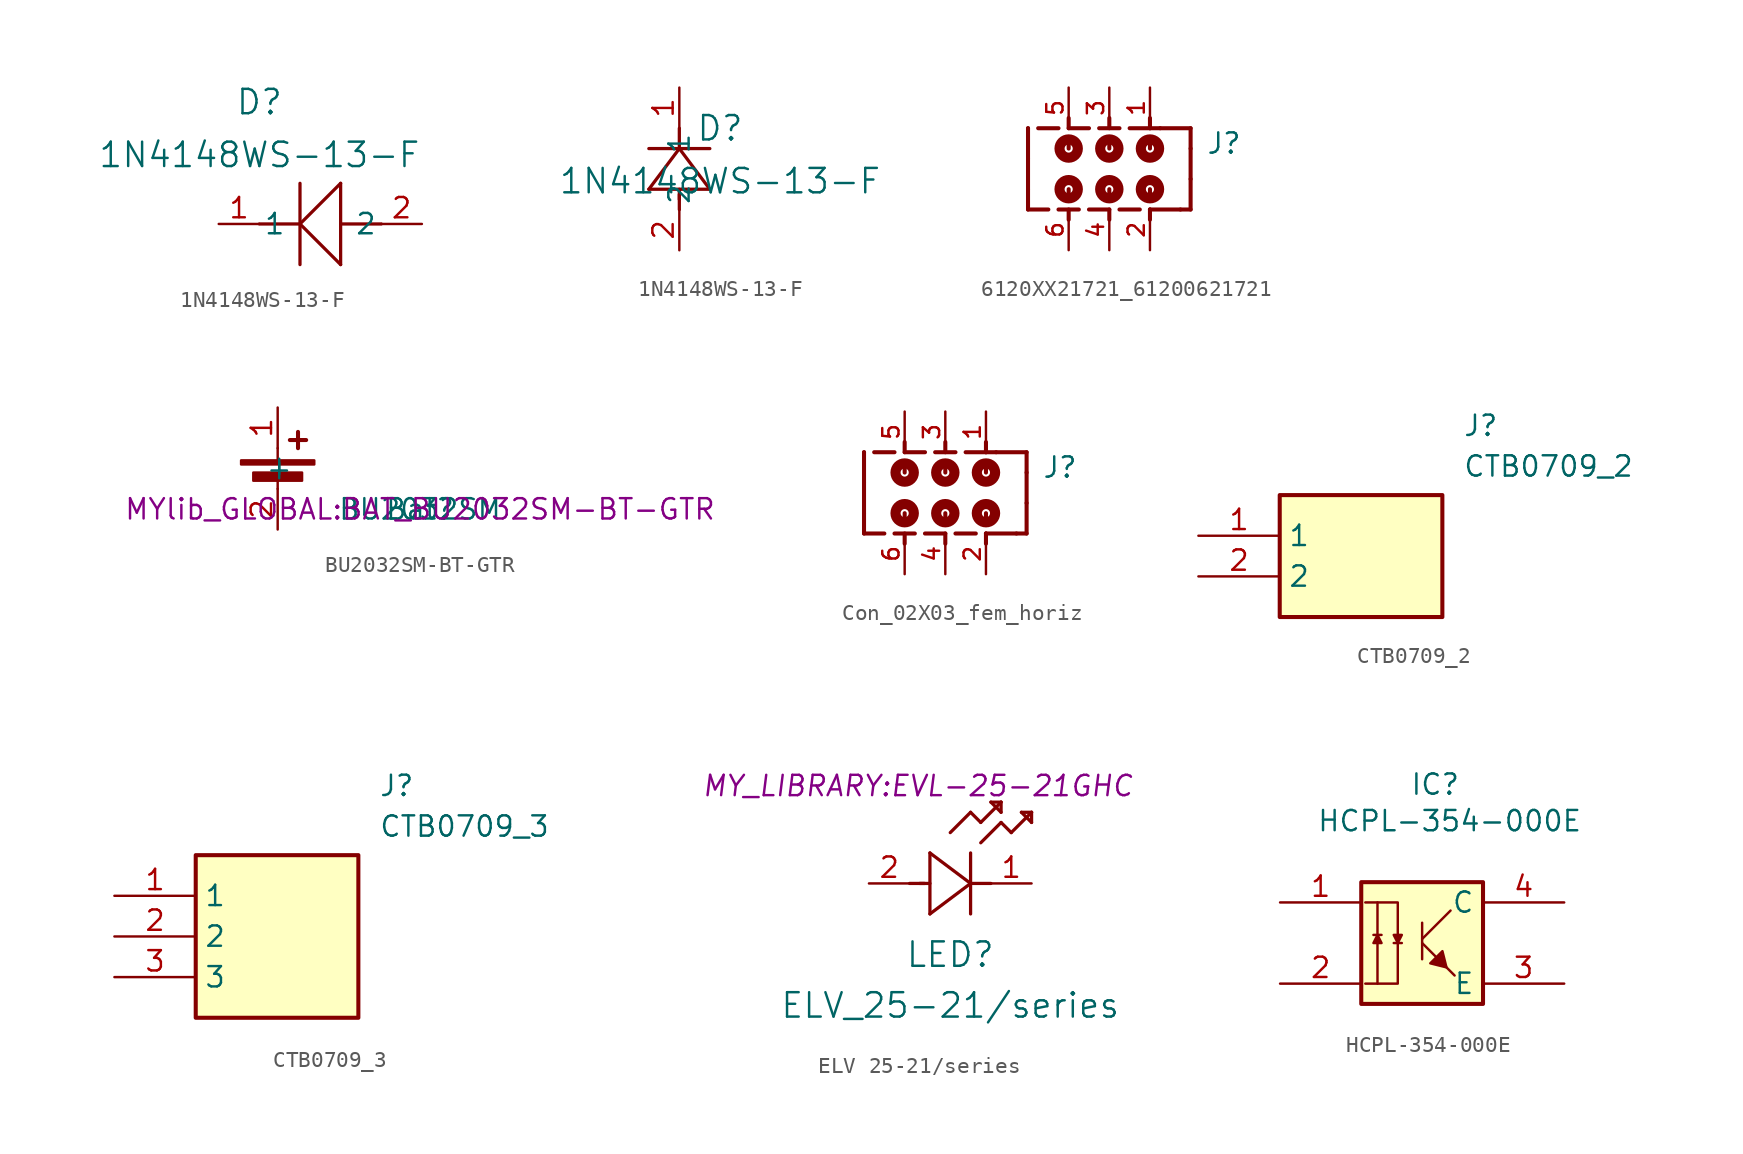
<source format=kicad_sym>
(kicad_symbol_lib
  (version 20241209)
  (generator "kicad_symbol_editor")
  (generator_version "9.0")
  (symbol "1N4148WS-13-F"
    (pin_names
      (offset 0.254))
    (property "Reference" "D"
      (at 2.54 7.62 0)
      (effects (font (size 1.524 1.524))))
    (property "Value" "1N4148WS-13-F"
      (at 2.54 4.318 0)
      (effects (font (size 1.524 1.524))))
    (symbol "1N4148WS-13-F_1_1"
      (polyline (pts (xy 2.54 0) (xy 5.08 0)) (stroke (width 0.203) (type default)) (fill (type none)))
      (polyline (pts (xy 5.08 2.54) (xy 5.08 -2.54)) (stroke (width 0.203) (type default)) (fill (type none)))
      (polyline (pts (xy 5.08 0) (xy 7.62 -2.54)) (stroke (width 0.203) (type default)) (fill (type none)))
      (polyline (pts (xy 7.62 2.54) (xy 5.08 0)) (stroke (width 0.203) (type default)) (fill (type none)))
      (polyline (pts (xy 7.62 0) (xy 10.16 0)) (stroke (width 0.203) (type default)) (fill (type none)))
      (polyline (pts (xy 7.62 -2.54) (xy 7.62 2.54)) (stroke (width 0.203) (type default)) (fill (type none)))
      (pin unspecified line (at 0 0 0) (length 2.54) (name "1" (effects (font (size 1.27 1.27)))) (number "1" (effects (font (size 1.27 1.27)))))
      (pin unspecified line (at 12.7 0 180) (length 2.54) (name "2" (effects (font (size 1.27 1.27)))) (number "2" (effects (font (size 1.27 1.27))))))
    (symbol "1N4148WS-13-F_1_2"
      (polyline (pts (xy -1.905 3.81) (xy 1.905 3.81)) (stroke (width 0.203) (type default)) (fill (type none)))
      (polyline (pts (xy 0 6.35) (xy -1.905 3.81)) (stroke (width 0.203) (type default)) (fill (type none)))
      (polyline (pts (xy 0 6.35) (xy 0 7.62)) (stroke (width 0.203) (type default)) (fill (type none)))
      (polyline (pts (xy 0 3.175) (xy 0 3.81)) (stroke (width 0.203) (type default)) (fill (type none)))
      (polyline (pts (xy 0 2.54) (xy 0 3.48)) (stroke (width 0.203) (type default)) (fill (type none)))
      (polyline (pts (xy 1.905 6.35) (xy -1.905 6.35)) (stroke (width 0.203) (type default)) (fill (type none)))
      (polyline (pts (xy 1.905 3.81) (xy 0 6.35)) (stroke (width 0.203) (type default)) (fill (type none)))
      (pin unspecified line (at 0 10.16 270) (length 2.54) (name "1" (effects (font (size 1.27 1.27)))) (number "1" (effects (font (size 1.27 1.27)))))
      (pin unspecified line (at 0 0 90) (length 2.54) (name "2" (effects (font (size 1.27 1.27)))) (number "2" (effects (font (size 1.27 1.27)))))))
  (symbol "6120XX21721_61200621721"
    (pin_names
      (offset 1.016))
    (property "Reference" "J"
      (at 6.04 0.85 0)
      (effects (font (size 1.27 1.27)) (justify left bottom)))
    (symbol "6120XX21721_61200621721_0_0"
      (polyline (pts (xy -5.08 2.54) (xy -5.08 2.54)) (stroke (width 0.254) (type default)) (fill (type none)))
      (polyline (pts (xy -5.08 2.54) (xy -5.08 0.635)) (stroke (width 0.254) (type default)) (fill (type none)))
      (polyline (pts (xy -5.08 0.635) (xy -5.08 -1.27)) (stroke (width 0.254) (type default)) (fill (type none)))
      (polyline (pts (xy -5.08 -1.27) (xy -5.08 -2.54)) (stroke (width 0.254) (type default)) (fill (type none)))
      (polyline (pts (xy -5.08 -2.54) (xy -3.81 -2.54)) (stroke (width 0.254) (type default)) (fill (type none)))
      (polyline (pts (xy -3.175 2.54) (xy -4.445 2.54)) (stroke (width 0.254) (type default)) (fill (type none)))
      (polyline (pts (xy -3.175 -2.54) (xy -1.905 -2.54)) (stroke (width 0.254) (type default)) (fill (type none)))
      (polyline (pts (xy -2.54 3.175) (xy -2.54 2.54)) (stroke (width 0.254) (type default)) (fill (type none)))
      (circle (center -2.54 1.27) (radius 0.254) (stroke (width 0.635) (type default)) (fill (type none)))
      (polyline (pts (xy -2.54 1.27) (xy -2.54 1.905)) (stroke (width 0.254) (type default)) (fill (type none)))
      (circle (center -2.54 -1.27) (radius 0.254) (stroke (width 0.635) (type default)) (fill (type none)))
      (polyline (pts (xy -2.54 -1.27) (xy -2.54 -1.905)) (stroke (width 0.254) (type default)) (fill (type none)))
      (polyline (pts (xy -2.54 -3.175) (xy -2.54 -2.54)) (stroke (width 0.254) (type default)) (fill (type none)))
      (polyline (pts (xy -1.27 2.54) (xy -2.54 2.54)) (stroke (width 0.254) (type default)) (fill (type none)))
      (polyline (pts (xy -1.27 -2.54) (xy 0 -2.54)) (stroke (width 0.254) (type default)) (fill (type none)))
      (polyline (pts (xy 0 3.175) (xy 0 2.54)) (stroke (width 0.254) (type default)) (fill (type none)))
      (circle (center 0 1.27) (radius 0.254) (stroke (width 0.635) (type default)) (fill (type none)))
      (polyline (pts (xy 0 1.27) (xy 0 1.905)) (stroke (width 0.254) (type default)) (fill (type none)))
      (polyline (pts (xy 0 -1.27) (xy 0 -1.905)) (stroke (width 0.254) (type default)) (fill (type none)))
      (circle (center 0 -1.27) (radius 0.254) (stroke (width 0.635) (type default)) (fill (type none)))
      (polyline (pts (xy 0 -3.175) (xy 0 -2.54)) (stroke (width 0.254) (type default)) (fill (type none)))
      (polyline (pts (xy 0.635 2.54) (xy -0.635 2.54)) (stroke (width 0.254) (type default)) (fill (type none)))
      (polyline (pts (xy 0.635 -2.54) (xy 1.905 -2.54)) (stroke (width 0.254) (type default)) (fill (type none)))
      (polyline (pts (xy 2.54 3.175) (xy 2.54 2.54)) (stroke (width 0.254) (type default)) (fill (type none)))
      (polyline (pts (xy 2.54 2.54) (xy 1.27 2.54)) (stroke (width 0.254) (type default)) (fill (type none)))
      (polyline (pts (xy 2.54 1.27) (xy 2.54 1.905)) (stroke (width 0.254) (type default)) (fill (type none)))
      (circle (center 2.54 1.27) (radius 0.254) (stroke (width 0.635) (type default)) (fill (type none)))
      (polyline (pts (xy 2.54 -1.27) (xy 2.54 -1.905)) (stroke (width 0.254) (type default)) (fill (type none)))
      (circle (center 2.54 -1.27) (radius 0.254) (stroke (width 0.635) (type default)) (fill (type none)))
      (polyline (pts (xy 2.54 -2.54) (xy 2.54 -2.54)) (stroke (width 0.254) (type default)) (fill (type none)))
      (polyline (pts (xy 2.54 -2.54) (xy 4.445 -2.54)) (stroke (width 0.254) (type default)) (fill (type none)))
      (polyline (pts (xy 2.54 -3.175) (xy 2.54 -2.54)) (stroke (width 0.254) (type default)) (fill (type none)))
      (polyline (pts (xy 3.175 2.54) (xy 2.54 2.54)) (stroke (width 0.254) (type default)) (fill (type none)))
      (polyline (pts (xy 4.445 -2.54) (xy 5.08 -2.54)) (stroke (width 0.254) (type default)) (fill (type none)))
      (polyline (pts (xy 5.08 2.54) (xy 3.175 2.54)) (stroke (width 0.254) (type default)) (fill (type none)))
      (polyline (pts (xy 5.08 1.27) (xy 5.08 2.54)) (stroke (width 0.254) (type default)) (fill (type none)))
      (polyline (pts (xy 5.08 -0.635) (xy 5.08 1.27)) (stroke (width 0.254) (type default)) (fill (type none)))
      (polyline (pts (xy 5.08 -2.54) (xy 5.08 -0.635)) (stroke (width 0.254) (type default)) (fill (type none)))
      (pin passive line (at -2.54 5.08 270) (length 2.54) (name "~" (effects (font (size 1.016 1.016)))) (number "5" (effects (font (size 1.016 1.016)))))
      (pin passive line (at -2.54 -5.08 90) (length 2.54) (name "~" (effects (font (size 1.016 1.016)))) (number "6" (effects (font (size 1.016 1.016)))))
      (pin passive line (at 0 5.08 270) (length 2.54) (name "~" (effects (font (size 1.016 1.016)))) (number "3" (effects (font (size 1.016 1.016)))))
      (pin passive line (at 0 -5.08 90) (length 2.54) (name "~" (effects (font (size 1.016 1.016)))) (number "4" (effects (font (size 1.016 1.016)))))
      (pin passive line (at 2.54 5.08 270) (length 2.54) (name "~" (effects (font (size 1.016 1.016)))) (number "1" (effects (font (size 1.016 1.016)))))
      (pin passive line (at 2.54 -5.08 90) (length 2.54) (name "~" (effects (font (size 1.016 1.016)))) (number "2" (effects (font (size 1.016 1.016)))))))
  (symbol "BU2032SM-BT-GTR"
    (property "Reference" "Bat"
      (at 0 0 0)
      (effects (font (size 1.27 1.27))))
    (property "Value" "BU2032SM"
      (at 0 0 0)
      (effects (font (size 1.27 1.27))))
    (property "Footprint" "MYlib_GLOBAL:BAT_BU2032SM-BT-GTR"
      (at 0 0 0)
      (effects (font (size 1.27 1.27))))
    (symbol "BU2032SM-BT-GTR_0_1"
      (rectangle (start -11.176 3.048) (end -6.604 2.794) (stroke (width 0) (type default)) (fill (type outline)))
      (rectangle (start -10.414 2.286) (end -7.366 1.778) (stroke (width 0) (type default)) (fill (type outline)))
      (polyline (pts (xy -8.89 3.048) (xy -8.89 3.81)) (stroke (width 0) (type default)) (fill (type none)))
      (polyline (pts (xy -8.89 2.032) (xy -8.89 1.27)) (stroke (width 0) (type default)) (fill (type none)))
      (polyline (pts (xy -8.128 4.318) (xy -7.112 4.318)) (stroke (width 0.254) (type default)) (fill (type none)))
      (polyline (pts (xy -7.62 4.826) (xy -7.62 3.81)) (stroke (width 0.254) (type default)) (fill (type none))))
    (symbol "BU2032SM-BT-GTR_1_1"
      (pin passive line (at -8.89 6.35 270) (length 2.54) (name "+" (effects (font (size 1.27 1.27)))) (number "1" (effects (font (size 1.27 1.27)))))
      (pin passive line (at -8.89 -1.27 90) (length 2.54) (name "-" (effects (font (size 1.27 1.27)))) (number "2" (effects (font (size 1.27 1.27)))))))
  (symbol "Con_02X03_fem_horiz"
    (pin_names
      (offset 1.016))
    (property "Reference" "J"
      (at 6.04 0.85 0)
      (effects (font (size 1.27 1.27)) (justify left bottom)))
    (symbol "Con_02X03_fem_horiz_0_0"
      (polyline (pts (xy -5.08 2.54) (xy -5.08 2.54)) (stroke (width 0.254) (type default)) (fill (type none)))
      (polyline (pts (xy -5.08 2.54) (xy -5.08 0.635)) (stroke (width 0.254) (type default)) (fill (type none)))
      (polyline (pts (xy -5.08 0.635) (xy -5.08 -1.27)) (stroke (width 0.254) (type default)) (fill (type none)))
      (polyline (pts (xy -5.08 -1.27) (xy -5.08 -2.54)) (stroke (width 0.254) (type default)) (fill (type none)))
      (polyline (pts (xy -5.08 -2.54) (xy -3.81 -2.54)) (stroke (width 0.254) (type default)) (fill (type none)))
      (polyline (pts (xy -3.175 2.54) (xy -4.445 2.54)) (stroke (width 0.254) (type default)) (fill (type none)))
      (polyline (pts (xy -3.175 -2.54) (xy -1.905 -2.54)) (stroke (width 0.254) (type default)) (fill (type none)))
      (polyline (pts (xy -2.54 3.175) (xy -2.54 2.54)) (stroke (width 0.254) (type default)) (fill (type none)))
      (circle (center -2.54 1.27) (radius 0.254) (stroke (width 0.635) (type default)) (fill (type none)))
      (polyline (pts (xy -2.54 1.27) (xy -2.54 1.905)) (stroke (width 0.254) (type default)) (fill (type none)))
      (circle (center -2.54 -1.27) (radius 0.254) (stroke (width 0.635) (type default)) (fill (type none)))
      (polyline (pts (xy -2.54 -1.27) (xy -2.54 -1.905)) (stroke (width 0.254) (type default)) (fill (type none)))
      (polyline (pts (xy -2.54 -3.175) (xy -2.54 -2.54)) (stroke (width 0.254) (type default)) (fill (type none)))
      (polyline (pts (xy -1.27 2.54) (xy -2.54 2.54)) (stroke (width 0.254) (type default)) (fill (type none)))
      (polyline (pts (xy -1.27 -2.54) (xy 0 -2.54)) (stroke (width 0.254) (type default)) (fill (type none)))
      (polyline (pts (xy 0 3.175) (xy 0 2.54)) (stroke (width 0.254) (type default)) (fill (type none)))
      (circle (center 0 1.27) (radius 0.254) (stroke (width 0.635) (type default)) (fill (type none)))
      (polyline (pts (xy 0 1.27) (xy 0 1.905)) (stroke (width 0.254) (type default)) (fill (type none)))
      (polyline (pts (xy 0 -1.27) (xy 0 -1.905)) (stroke (width 0.254) (type default)) (fill (type none)))
      (circle (center 0 -1.27) (radius 0.254) (stroke (width 0.635) (type default)) (fill (type none)))
      (polyline (pts (xy 0 -3.175) (xy 0 -2.54)) (stroke (width 0.254) (type default)) (fill (type none)))
      (polyline (pts (xy 0.635 2.54) (xy -0.635 2.54)) (stroke (width 0.254) (type default)) (fill (type none)))
      (polyline (pts (xy 0.635 -2.54) (xy 1.905 -2.54)) (stroke (width 0.254) (type default)) (fill (type none)))
      (polyline (pts (xy 2.54 3.175) (xy 2.54 2.54)) (stroke (width 0.254) (type default)) (fill (type none)))
      (polyline (pts (xy 2.54 2.54) (xy 1.27 2.54)) (stroke (width 0.254) (type default)) (fill (type none)))
      (polyline (pts (xy 2.54 1.27) (xy 2.54 1.905)) (stroke (width 0.254) (type default)) (fill (type none)))
      (circle (center 2.54 1.27) (radius 0.254) (stroke (width 0.635) (type default)) (fill (type none)))
      (polyline (pts (xy 2.54 -1.27) (xy 2.54 -1.905)) (stroke (width 0.254) (type default)) (fill (type none)))
      (circle (center 2.54 -1.27) (radius 0.254) (stroke (width 0.635) (type default)) (fill (type none)))
      (polyline (pts (xy 2.54 -2.54) (xy 2.54 -2.54)) (stroke (width 0.254) (type default)) (fill (type none)))
      (polyline (pts (xy 2.54 -2.54) (xy 4.445 -2.54)) (stroke (width 0.254) (type default)) (fill (type none)))
      (polyline (pts (xy 2.54 -3.175) (xy 2.54 -2.54)) (stroke (width 0.254) (type default)) (fill (type none)))
      (polyline (pts (xy 3.175 2.54) (xy 2.54 2.54)) (stroke (width 0.254) (type default)) (fill (type none)))
      (polyline (pts (xy 4.445 -2.54) (xy 5.08 -2.54)) (stroke (width 0.254) (type default)) (fill (type none)))
      (polyline (pts (xy 5.08 2.54) (xy 3.175 2.54)) (stroke (width 0.254) (type default)) (fill (type none)))
      (polyline (pts (xy 5.08 1.27) (xy 5.08 2.54)) (stroke (width 0.254) (type default)) (fill (type none)))
      (polyline (pts (xy 5.08 -0.635) (xy 5.08 1.27)) (stroke (width 0.254) (type default)) (fill (type none)))
      (polyline (pts (xy 5.08 -2.54) (xy 5.08 -0.635)) (stroke (width 0.254) (type default)) (fill (type none)))
      (pin passive line (at -2.54 5.08 270) (length 2.54) (name "~" (effects (font (size 1.016 1.016)))) (number "5" (effects (font (size 1.016 1.016)))))
      (pin passive line (at -2.54 -5.08 90) (length 2.54) (name "~" (effects (font (size 1.016 1.016)))) (number "6" (effects (font (size 1.016 1.016)))))
      (pin passive line (at 0 5.08 270) (length 2.54) (name "~" (effects (font (size 1.016 1.016)))) (number "3" (effects (font (size 1.016 1.016)))))
      (pin passive line (at 0 -5.08 90) (length 2.54) (name "~" (effects (font (size 1.016 1.016)))) (number "4" (effects (font (size 1.016 1.016)))))
      (pin passive line (at 2.54 5.08 270) (length 2.54) (name "~" (effects (font (size 1.016 1.016)))) (number "1" (effects (font (size 1.016 1.016)))))
      (pin passive line (at 2.54 -5.08 90) (length 2.54) (name "~" (effects (font (size 1.016 1.016)))) (number "2" (effects (font (size 1.016 1.016)))))))
  (symbol "CTB0709_2"
    (property "Reference" "J"
      (at 16.51 7.62 0)
      (effects (font (size 1.27 1.27)) (justify left top)))
    (property "Value" "CTB0709_2"
      (at 16.51 5.08 0)
      (effects (font (size 1.27 1.27)) (justify left top)))
    (symbol "CTB0709_2_1_1"
      (rectangle (start 5.08 2.54) (end 15.24 -5.08) (stroke (width 0.254) (type default)) (fill (type background)))
      (pin passive line (at 0 0 0) (length 5.08) (name "1" (effects (font (size 1.27 1.27)))) (number "1" (effects (font (size 1.27 1.27)))))
      (pin passive line (at 0 -2.54 0) (length 5.08) (name "2" (effects (font (size 1.27 1.27)))) (number "2" (effects (font (size 1.27 1.27)))))))
  (symbol "CTB0709_3"
    (property "Reference" "J"
      (at 16.51 7.62 0)
      (effects (font (size 1.27 1.27)) (justify left top)))
    (property "Value" "CTB0709_3"
      (at 16.51 5.08 0)
      (effects (font (size 1.27 1.27)) (justify left top)))
    (symbol "CTB0709_3_1_1"
      (rectangle (start 5.08 2.54) (end 15.24 -7.62) (stroke (width 0.254) (type default)) (fill (type background)))
      (pin passive line (at 0 0 0) (length 5.08) (name "1" (effects (font (size 1.27 1.27)))) (number "1" (effects (font (size 1.27 1.27)))))
      (pin passive line (at 0 -2.54 0) (length 5.08) (name "2" (effects (font (size 1.27 1.27)))) (number "2" (effects (font (size 1.27 1.27)))))
      (pin passive line (at 0 -5.08 0) (length 5.08) (name "3" (effects (font (size 1.27 1.27)))) (number "3" (effects (font (size 1.27 1.27)))))))
  (symbol "ELV 25-21/series"
    (pin_names
      (offset 0.254))
    (property "Reference" "LED"
      (at 5.08 -4.445 0)
      (effects (font (size 1.524 1.524))))
    (property "Value" "ELV_25-21/series"
      (at 5.08 -7.62 0)
      (effects (font (size 1.524 1.524))))
    (property "Footprint" "MY_LIBRARY:EVL-25-21GHC"
      (at 3.048 6.096 0)
      (effects (font (size 1.27 1.27) (italic yes))))
    (symbol "ELV 25-21/series_0_1"
      (polyline (pts (xy 2.54 0) (xy 3.48 0)) (stroke (width 0.203) (type default)) (fill (type none)))
      (polyline (pts (xy 3.175 0) (xy 3.81 0)) (stroke (width 0.203) (type default)) (fill (type none)))
      (polyline (pts (xy 3.81 1.905) (xy 3.81 -1.905)) (stroke (width 0.203) (type default)) (fill (type none)))
      (polyline (pts (xy 3.81 -1.905) (xy 6.35 0)) (stroke (width 0.203) (type default)) (fill (type none)))
      (polyline (pts (xy 5.08 3.175) (xy 6.35 4.445)) (stroke (width 0.203) (type default)) (fill (type none)))
      (polyline (pts (xy 6.35 4.445) (xy 6.985 3.81)) (stroke (width 0.203) (type default)) (fill (type none)))
      (polyline (pts (xy 6.35 0) (xy 3.81 1.905)) (stroke (width 0.203) (type default)) (fill (type none)))
      (polyline (pts (xy 6.35 0) (xy 7.62 0)) (stroke (width 0.203) (type default)) (fill (type none)))
      (polyline (pts (xy 6.35 -1.905) (xy 6.35 1.905)) (stroke (width 0.203) (type default)) (fill (type none)))
      (polyline (pts (xy 6.985 3.81) (xy 8.255 5.08)) (stroke (width 0.203) (type default)) (fill (type none)))
      (polyline (pts (xy 6.985 2.54) (xy 8.255 3.81)) (stroke (width 0.203) (type default)) (fill (type none)))
      (polyline (pts (xy 7.62 5.08) (xy 8.255 4.445)) (stroke (width 0.203) (type default)) (fill (type none)))
      (polyline (pts (xy 8.255 5.08) (xy 7.62 5.08)) (stroke (width 0.203) (type default)) (fill (type none)))
      (polyline (pts (xy 8.255 4.445) (xy 8.255 5.08)) (stroke (width 0.203) (type default)) (fill (type none)))
      (polyline (pts (xy 8.255 3.81) (xy 8.89 3.175)) (stroke (width 0.203) (type default)) (fill (type none)))
      (polyline (pts (xy 8.89 3.175) (xy 10.16 4.445)) (stroke (width 0.203) (type default)) (fill (type none)))
      (polyline (pts (xy 9.525 4.445) (xy 10.16 3.81)) (stroke (width 0.203) (type default)) (fill (type none)))
      (polyline (pts (xy 10.16 4.445) (xy 9.525 4.445)) (stroke (width 0.203) (type default)) (fill (type none)))
      (polyline (pts (xy 10.16 3.81) (xy 10.16 4.445)) (stroke (width 0.203) (type default)) (fill (type none)))
      (pin unspecified line (at 0 0 0) (length 2.54) (name "" (effects (font (size 1.27 1.27)))) (number "2" (effects (font (size 1.27 1.27)))))
      (pin unspecified line (at 10.16 0 180) (length 2.54) (name "" (effects (font (size 1.27 1.27)))) (number "1" (effects (font (size 1.27 1.27)))))))
  (symbol "HCPL-354-000E"
    (property "Reference" "IC"
      (at 8.128 9.398 0)
      (effects (font (size 1.27 1.27)) (justify left top)))
    (property "Value" "HCPL-354-000E"
      (at 2.286 7.112 0)
      (effects (font (size 1.27 1.27)) (justify left top)))
    (symbol "HCPL-354-000E_1_1"
      (rectangle (start 5.08 2.54) (end 12.7 -5.08) (stroke (width 0.254) (type default)) (fill (type background)))
      (polyline (pts (xy 5.334 1.27) (xy 7.366 1.27) (xy 7.366 -0.508) (xy 7.366 -3.81) (xy 5.334 -3.81)) (stroke (width 0) (type default)) (fill (type none)))
      (polyline (pts (xy 5.842 -0.762) (xy 6.35 -0.762)) (stroke (width 0) (type default)) (fill (type none)))
      (polyline (pts (xy 5.842 -1.27) (xy 6.096 -0.762) (xy 6.35 -1.27) (xy 5.842 -1.27)) (stroke (width 0) (type default)) (fill (type outline)))
      (polyline (pts (xy 6.096 1.27) (xy 6.096 -3.81)) (stroke (width 0) (type default)) (fill (type none)))
      (polyline (pts (xy 7.62 -0.762) (xy 7.366 -1.27) (xy 7.112 -0.762) (xy 7.62 -0.762)) (stroke (width 0) (type default)) (fill (type outline)))
      (polyline (pts (xy 7.62 -1.27) (xy 7.112 -1.27)) (stroke (width 0) (type default)) (fill (type none)))
      (polyline (pts (xy 8.89 0) (xy 8.89 -2.286)) (stroke (width 0) (type default)) (fill (type none)))
      (polyline (pts (xy 8.89 -1.016) (xy 10.668 0.762)) (stroke (width 0) (type default)) (fill (type none)))
      (polyline (pts (xy 8.89 -1.27) (xy 10.922 -3.302)) (stroke (width 0) (type default)) (fill (type none)))
      (polyline (pts (xy 10.16 -1.778) (xy 10.414 -2.794) (xy 9.398 -2.54) (xy 10.16 -1.778)) (stroke (width 0) (type default)) (fill (type outline)))
      (pin passive line (at 0 1.27 0) (length 5.08) (name "" (effects (font (size 1.27 1.27)))) (number "1" (effects (font (size 1.27 1.27)))))
      (pin passive line (at 0 -3.81 0) (length 5.08) (name "" (effects (font (size 1.27 1.27)))) (number "2" (effects (font (size 1.27 1.27)))))
      (pin passive line (at 17.78 1.27 180) (length 5.08) (name "C" (effects (font (size 1.27 1.27)))) (number "4" (effects (font (size 1.27 1.27)))))
      (pin passive line (at 17.78 -3.81 180) (length 5.08) (name "E" (effects (font (size 1.27 1.27)))) (number "3" (effects (font (size 1.27 1.27))))))))
</source>
